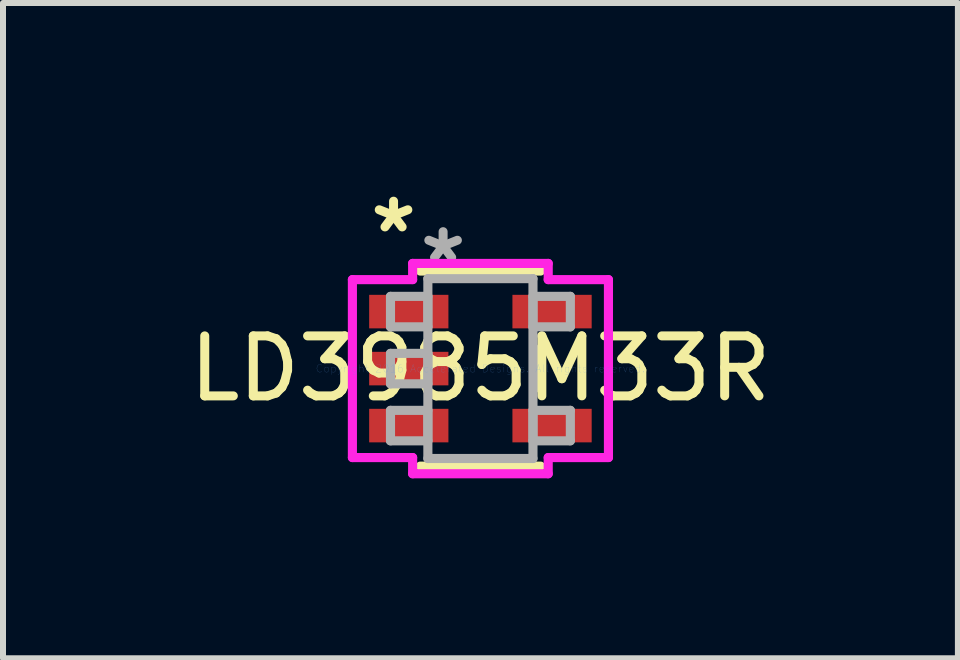
<source format=kicad_pcb>
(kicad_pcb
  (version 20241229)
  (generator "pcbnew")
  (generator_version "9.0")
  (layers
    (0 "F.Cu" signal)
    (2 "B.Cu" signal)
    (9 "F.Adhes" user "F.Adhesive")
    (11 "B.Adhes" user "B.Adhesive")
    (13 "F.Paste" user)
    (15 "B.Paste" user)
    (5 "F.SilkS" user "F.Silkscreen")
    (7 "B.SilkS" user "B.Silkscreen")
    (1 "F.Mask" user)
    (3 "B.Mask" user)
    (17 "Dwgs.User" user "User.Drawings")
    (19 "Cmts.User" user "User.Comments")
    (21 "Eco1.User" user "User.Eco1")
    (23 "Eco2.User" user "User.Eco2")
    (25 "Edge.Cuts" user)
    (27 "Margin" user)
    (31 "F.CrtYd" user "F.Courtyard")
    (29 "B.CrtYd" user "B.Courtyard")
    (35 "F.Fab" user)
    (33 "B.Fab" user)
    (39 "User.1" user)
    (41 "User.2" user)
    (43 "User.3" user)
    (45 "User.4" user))
  (footprint "LD3985M33R"
    (layer "F.Cu")
    (at 4.958 3.094)
    (property "Reference" "LD3985M33R" (at 0 0 0) (layer "F.SilkS") (effects (font (size 1 1) (thickness 0.15))))
    (attr through_hole)
    (fp_line (start -1.003 1.626) (end 1.003 1.626) (stroke (width 0.152) (type solid)) (layer "F.SilkS"))
    (fp_line (start 1.003 -1.626) (end -1.003 -1.626) (stroke (width 0.152) (type solid)) (layer "F.SilkS"))
    (fp_line (start 1.003 0.338) (end 1.003 -0.338) (stroke (width 0.152) (type solid)) (layer "F.SilkS"))
    (fp_line (start -2.134 -1.483) (end -1.13 -1.483) (stroke (width 0.152) (type solid)) (layer "F.CrtYd"))
    (fp_line (start -2.134 1.483) (end -2.134 -1.483) (stroke (width 0.152) (type solid)) (layer "F.CrtYd"))
    (fp_line (start -1.13 -1.753) (end 1.13 -1.753) (stroke (width 0.152) (type solid)) (layer "F.CrtYd"))
    (fp_line (start -1.13 -1.483) (end -1.13 -1.753) (stroke (width 0.152) (type solid)) (layer "F.CrtYd"))
    (fp_line (start -1.13 1.483) (end -2.134 1.483) (stroke (width 0.152) (type solid)) (layer "F.CrtYd"))
    (fp_line (start -1.13 1.753) (end -1.13 1.483) (stroke (width 0.152) (type solid)) (layer "F.CrtYd"))
    (fp_line (start 1.13 -1.753) (end 1.13 -1.483) (stroke (width 0.152) (type solid)) (layer "F.CrtYd"))
    (fp_line (start 1.13 -1.483) (end 2.134 -1.483) (stroke (width 0.152) (type solid)) (layer "F.CrtYd"))
    (fp_line (start 1.13 1.483) (end 1.13 1.753) (stroke (width 0.152) (type solid)) (layer "F.CrtYd"))
    (fp_line (start 1.13 1.753) (end -1.13 1.753) (stroke (width 0.152) (type solid)) (layer "F.CrtYd"))
    (fp_line (start 2.134 -1.483) (end 2.134 1.483) (stroke (width 0.152) (type solid)) (layer "F.CrtYd"))
    (fp_line (start 2.134 1.483) (end 1.13 1.483) (stroke (width 0.152) (type solid)) (layer "F.CrtYd"))
    (fp_line (start -1.499 -1.204) (end -1.499 -0.696) (stroke (width 0.152) (type solid)) (layer "F.Fab"))
    (fp_line (start -1.499 -0.696) (end -0.876 -0.696) (stroke (width 0.152) (type solid)) (layer "F.Fab"))
    (fp_line (start -1.499 -0.254) (end -1.499 0.254) (stroke (width 0.152) (type solid)) (layer "F.Fab"))
    (fp_line (start -1.499 0.254) (end -0.876 0.254) (stroke (width 0.152) (type solid)) (layer "F.Fab"))
    (fp_line (start -1.499 0.696) (end -1.499 1.204) (stroke (width 0.152) (type solid)) (layer "F.Fab"))
    (fp_line (start -1.499 1.204) (end -0.876 1.204) (stroke (width 0.152) (type solid)) (layer "F.Fab"))
    (fp_line (start -0.876 -1.499) (end -0.876 1.499) (stroke (width 0.152) (type solid)) (layer "F.Fab"))
    (fp_line (start -0.876 -1.204) (end -1.499 -1.204) (stroke (width 0.152) (type solid)) (layer "F.Fab"))
    (fp_line (start -0.876 -0.696) (end -0.876 -1.204) (stroke (width 0.152) (type solid)) (layer "F.Fab"))
    (fp_line (start -0.876 -0.254) (end -1.499 -0.254) (stroke (width 0.152) (type solid)) (layer "F.Fab"))
    (fp_line (start -0.876 0.254) (end -0.876 -0.254) (stroke (width 0.152) (type solid)) (layer "F.Fab"))
    (fp_line (start -0.876 0.696) (end -1.499 0.696) (stroke (width 0.152) (type solid)) (layer "F.Fab"))
    (fp_line (start -0.876 1.204) (end -0.876 0.696) (stroke (width 0.152) (type solid)) (layer "F.Fab"))
    (fp_line (start -0.876 1.499) (end 0.876 1.499) (stroke (width 0.152) (type solid)) (layer "F.Fab"))
    (fp_line (start 0.876 -1.499) (end -0.876 -1.499) (stroke (width 0.152) (type solid)) (layer "F.Fab"))
    (fp_line (start 0.876 -1.204) (end 0.876 -0.696) (stroke (width 0.152) (type solid)) (layer "F.Fab"))
    (fp_line (start 0.876 -0.696) (end 1.499 -0.696) (stroke (width 0.152) (type solid)) (layer "F.Fab"))
    (fp_line (start 0.876 0.696) (end 0.876 1.204) (stroke (width 0.152) (type solid)) (layer "F.Fab"))
    (fp_line (start 0.876 1.204) (end 1.499 1.204) (stroke (width 0.152) (type solid)) (layer "F.Fab"))
    (fp_line (start 0.876 1.499) (end 0.876 -1.499) (stroke (width 0.152) (type solid)) (layer "F.Fab"))
    (fp_line (start 1.499 -1.204) (end 0.876 -1.204) (stroke (width 0.152) (type solid)) (layer "F.Fab"))
    (fp_line (start 1.499 -0.696) (end 1.499 -1.204) (stroke (width 0.152) (type solid)) (layer "F.Fab"))
    (fp_line (start 1.499 0.696) (end 0.876 0.696) (stroke (width 0.152) (type solid)) (layer "F.Fab"))
    (fp_line (start 1.499 1.204) (end 1.499 0.696) (stroke (width 0.152) (type solid)) (layer "F.Fab"))
    (fp_text user "*" (at -1.448 -2.245 0) (layer "F.SilkS") (effects (font (size 1 1) (thickness 0.15))))
    (fp_text user "Copyright 2016 Accelerated Designs. All rights reserved." (at 0 0 0) (layer "Cmts.User") (effects (font (size 0.127 0.127) (thickness 0.002))))
    (fp_text user "*" (at -0.622 -1.737 0) (layer "F.Fab") (effects (font (size 1 1) (thickness 0.15))))
    (pad "1" smd rect (at -1.194 -0.95) (size 1.321 0.559) (layers "F.Cu" "F.Mask" "F.Paste"))
    (pad "2" smd rect (at -1.194 0) (size 1.321 0.559) (layers "F.Cu" "F.Mask" "F.Paste"))
    (pad "3" smd rect (at -1.194 0.95) (size 1.321 0.559) (layers "F.Cu" "F.Mask" "F.Paste"))
    (pad "4" smd rect (at 1.194 0.95) (size 1.321 0.559) (layers "F.Cu" "F.Mask" "F.Paste"))
    (pad "5" smd rect (at 1.194 -0.95) (size 1.321 0.559) (layers "F.Cu" "F.Mask" "F.Paste")))
  (gr_rect
    (start -3 -3)
    (end 12.917 7.922)
    (stroke (width 0.1) (type default))
    (fill no)
    (layer "Edge.Cuts")))
</source>
